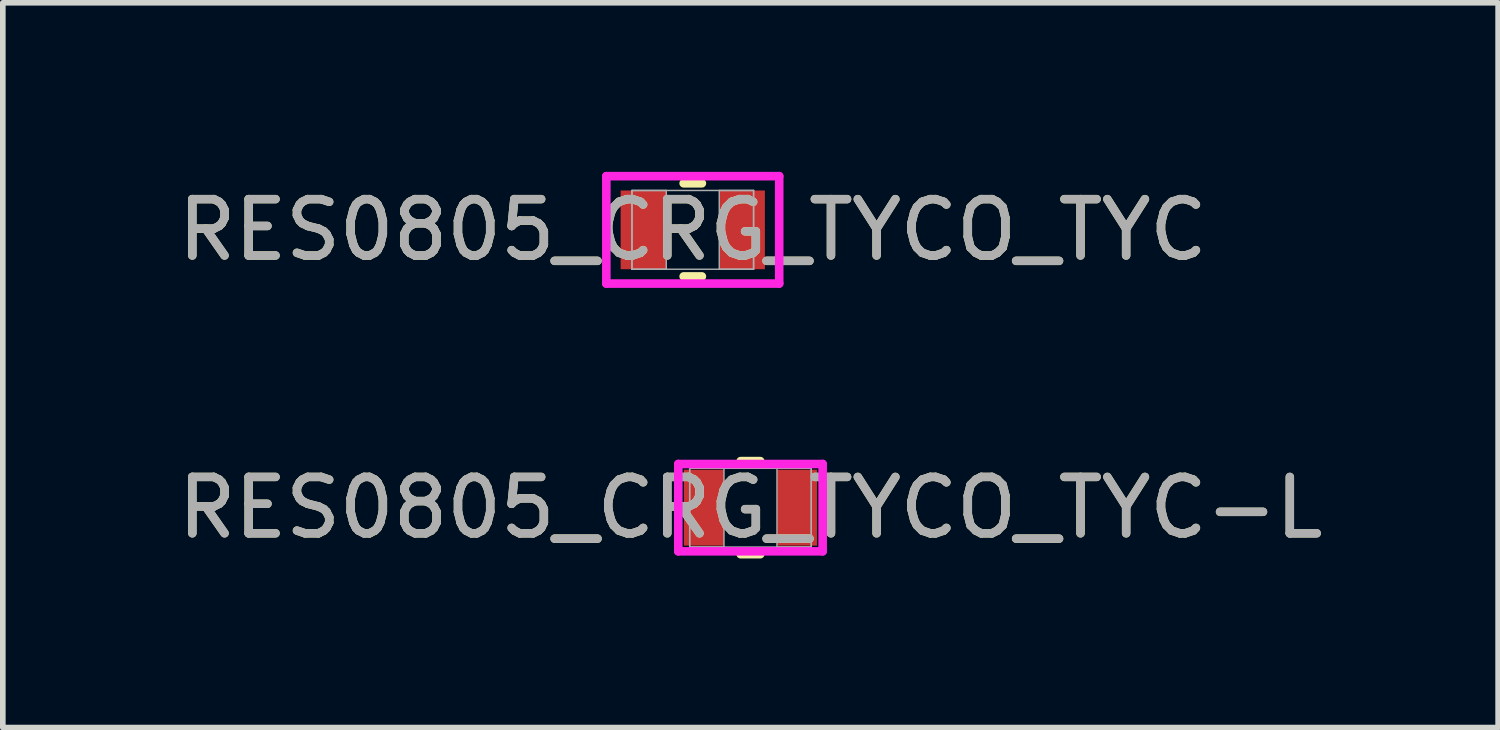
<source format=kicad_pcb>
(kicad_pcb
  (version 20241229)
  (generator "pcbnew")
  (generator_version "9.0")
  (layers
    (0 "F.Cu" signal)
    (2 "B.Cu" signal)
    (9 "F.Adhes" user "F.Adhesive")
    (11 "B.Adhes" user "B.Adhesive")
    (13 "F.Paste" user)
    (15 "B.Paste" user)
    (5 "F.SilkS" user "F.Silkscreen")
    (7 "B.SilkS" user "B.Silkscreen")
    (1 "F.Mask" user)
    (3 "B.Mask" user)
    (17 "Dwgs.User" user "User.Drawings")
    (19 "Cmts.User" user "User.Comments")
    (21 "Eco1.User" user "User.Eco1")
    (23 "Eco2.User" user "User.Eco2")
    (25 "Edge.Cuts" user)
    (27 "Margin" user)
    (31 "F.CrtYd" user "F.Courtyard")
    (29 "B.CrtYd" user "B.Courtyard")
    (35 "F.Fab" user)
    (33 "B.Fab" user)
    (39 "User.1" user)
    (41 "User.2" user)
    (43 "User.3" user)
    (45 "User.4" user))
  (footprint "RES0805_CRG_TYCO_TYC-L"
    (layer "F.Cu")
    (at 10.268 5.959)
    (property "Reference" "RES0805_CRG_TYCO_TYC-L" (at 0 0 0) (unlocked yes) (layer "F.SilkS") (effects (font (size 1 1) (thickness 0.15))))
    (attr smd)
    (fp_line (start -0.174 0.826) (end 0.174 0.826) (stroke (width 0.152) (type solid)) (layer "F.SilkS"))
    (fp_line (start 0.174 -0.826) (end -0.174 -0.826) (stroke (width 0.152) (type solid)) (layer "F.SilkS"))
    (fp_line (start -1.281 -0.775) (end 1.281 -0.775) (stroke (width 0.152) (type solid)) (layer "F.CrtYd"))
    (fp_line (start -1.281 0.775) (end -1.281 -0.775) (stroke (width 0.152) (type solid)) (layer "F.CrtYd"))
    (fp_line (start 1.281 -0.775) (end 1.281 0.775) (stroke (width 0.152) (type solid)) (layer "F.CrtYd"))
    (fp_line (start 1.281 0.775) (end -1.281 0.775) (stroke (width 0.152) (type solid)) (layer "F.CrtYd"))
    (fp_line (start -1.079 -0.699) (end -1.079 0.699) (stroke (width 0.025) (type solid)) (layer "F.Fab"))
    (fp_line (start -1.079 -0.699) (end -1.079 0.699) (stroke (width 0.025) (type solid)) (layer "F.Fab"))
    (fp_line (start -1.079 0.699) (end -0.47 0.699) (stroke (width 0.025) (type solid)) (layer "F.Fab"))
    (fp_line (start -1.079 0.699) (end 1.079 0.699) (stroke (width 0.025) (type solid)) (layer "F.Fab"))
    (fp_line (start -0.47 -0.699) (end -1.079 -0.699) (stroke (width 0.025) (type solid)) (layer "F.Fab"))
    (fp_line (start -0.47 0.699) (end -0.47 -0.699) (stroke (width 0.025) (type solid)) (layer "F.Fab"))
    (fp_line (start 0.47 -0.699) (end 0.47 0.699) (stroke (width 0.025) (type solid)) (layer "F.Fab"))
    (fp_line (start 0.47 0.699) (end 1.079 0.699) (stroke (width 0.025) (type solid)) (layer "F.Fab"))
    (fp_line (start 1.079 -0.699) (end -1.079 -0.699) (stroke (width 0.025) (type solid)) (layer "F.Fab"))
    (fp_line (start 1.079 -0.699) (end 0.47 -0.699) (stroke (width 0.025) (type solid)) (layer "F.Fab"))
    (fp_line (start 1.079 0.699) (end 1.079 -0.699) (stroke (width 0.025) (type solid)) (layer "F.Fab"))
    (fp_line (start 1.079 0.699) (end 1.079 -0.699) (stroke (width 0.025) (type solid)) (layer "F.Fab"))
    (fp_text user "${REFERENCE}" (at 0 0 0) (unlocked yes) (layer "F.Fab") (effects (font (size 1 1) (thickness 0.15))))
    (pad "1" smd rect (at -0.825 0) (size 0.71 1.347) (layers "F.Cu" "F.Mask" "F.Paste"))
    (pad "2" smd rect (at 0.825 0) (size 0.71 1.347) (layers "F.Cu" "F.Mask" "F.Paste"))
    (zone (net_name "") (layer "F.Cu") (hatch full 0.508) (connect_pads) (min_thickness 0.254) (filled_areas_thickness no) (keepout (tracks not_allowed) (vias not_allowed) (pads allowed) (copperpour not_allowed) (footprints allowed)) (placement (enabled no)) (fill) (polygon (pts (xy 9.849 5.311) (xy 10.687 5.311) (xy 10.687 6.607) (xy 9.849 6.607)))))
  (footprint "RES0805_CRG_TYCO_TYC"
    (layer "F.Cu")
    (at 9.244 1.029)
    (property "Reference" "RES0805_CRG_TYCO_TYC" (at 0 0 0) (unlocked yes) (layer "F.SilkS") (effects (font (size 1 1) (thickness 0.15))))
    (attr smd)
    (fp_line (start -0.162 0.826) (end 0.162 0.826) (stroke (width 0.152) (type solid)) (layer "F.SilkS"))
    (fp_line (start 0.162 -0.826) (end -0.162 -0.826) (stroke (width 0.152) (type solid)) (layer "F.SilkS"))
    (fp_line (start -1.534 -0.953) (end 1.534 -0.953) (stroke (width 0.152) (type solid)) (layer "F.CrtYd"))
    (fp_line (start -1.534 0.953) (end -1.534 -0.953) (stroke (width 0.152) (type solid)) (layer "F.CrtYd"))
    (fp_line (start 1.534 -0.953) (end 1.534 0.953) (stroke (width 0.152) (type solid)) (layer "F.CrtYd"))
    (fp_line (start 1.534 0.953) (end -1.534 0.953) (stroke (width 0.152) (type solid)) (layer "F.CrtYd"))
    (fp_line (start -1.079 -0.699) (end -1.079 0.699) (stroke (width 0.025) (type solid)) (layer "F.Fab"))
    (fp_line (start -1.079 -0.699) (end -1.079 0.699) (stroke (width 0.025) (type solid)) (layer "F.Fab"))
    (fp_line (start -1.079 0.699) (end -0.47 0.699) (stroke (width 0.025) (type solid)) (layer "F.Fab"))
    (fp_line (start -1.079 0.699) (end 1.079 0.699) (stroke (width 0.025) (type solid)) (layer "F.Fab"))
    (fp_line (start -0.47 -0.699) (end -1.079 -0.699) (stroke (width 0.025) (type solid)) (layer "F.Fab"))
    (fp_line (start -0.47 0.699) (end -0.47 -0.699) (stroke (width 0.025) (type solid)) (layer "F.Fab"))
    (fp_line (start 0.47 -0.699) (end 0.47 0.699) (stroke (width 0.025) (type solid)) (layer "F.Fab"))
    (fp_line (start 0.47 0.699) (end 1.079 0.699) (stroke (width 0.025) (type solid)) (layer "F.Fab"))
    (fp_line (start 1.079 -0.699) (end -1.079 -0.699) (stroke (width 0.025) (type solid)) (layer "F.Fab"))
    (fp_line (start 1.079 -0.699) (end 0.47 -0.699) (stroke (width 0.025) (type solid)) (layer "F.Fab"))
    (fp_line (start 1.079 0.699) (end 1.079 -0.699) (stroke (width 0.025) (type solid)) (layer "F.Fab"))
    (fp_line (start 1.079 0.699) (end 1.079 -0.699) (stroke (width 0.025) (type solid)) (layer "F.Fab"))
    (fp_text user "${REFERENCE}" (at 0 0 0) (unlocked yes) (layer "F.Fab") (effects (font (size 1 1) (thickness 0.15))))
    (pad "1" smd rect (at -0.875 0) (size 0.81 1.397) (layers "F.Cu" "F.Mask" "F.Paste"))
    (pad "2" smd rect (at 0.875 0) (size 0.81 1.397) (layers "F.Cu" "F.Mask" "F.Paste"))
    (zone (net_name "") (layer "F.Cu") (hatch full 0.508) (connect_pads) (min_thickness 0.254) (filled_areas_thickness no) (keepout (tracks not_allowed) (vias not_allowed) (pads allowed) (copperpour not_allowed) (footprints allowed)) (placement (enabled no)) (fill) (polygon (pts (xy 8.825 0.381) (xy 9.663 0.381) (xy 9.663 1.676) (xy 8.825 1.676)))))
  (gr_rect
    (start -3 -3)
    (end 23.536 9.861)
    (stroke (width 0.1) (type default))
    (fill no)
    (layer "Edge.Cuts")))
</source>
